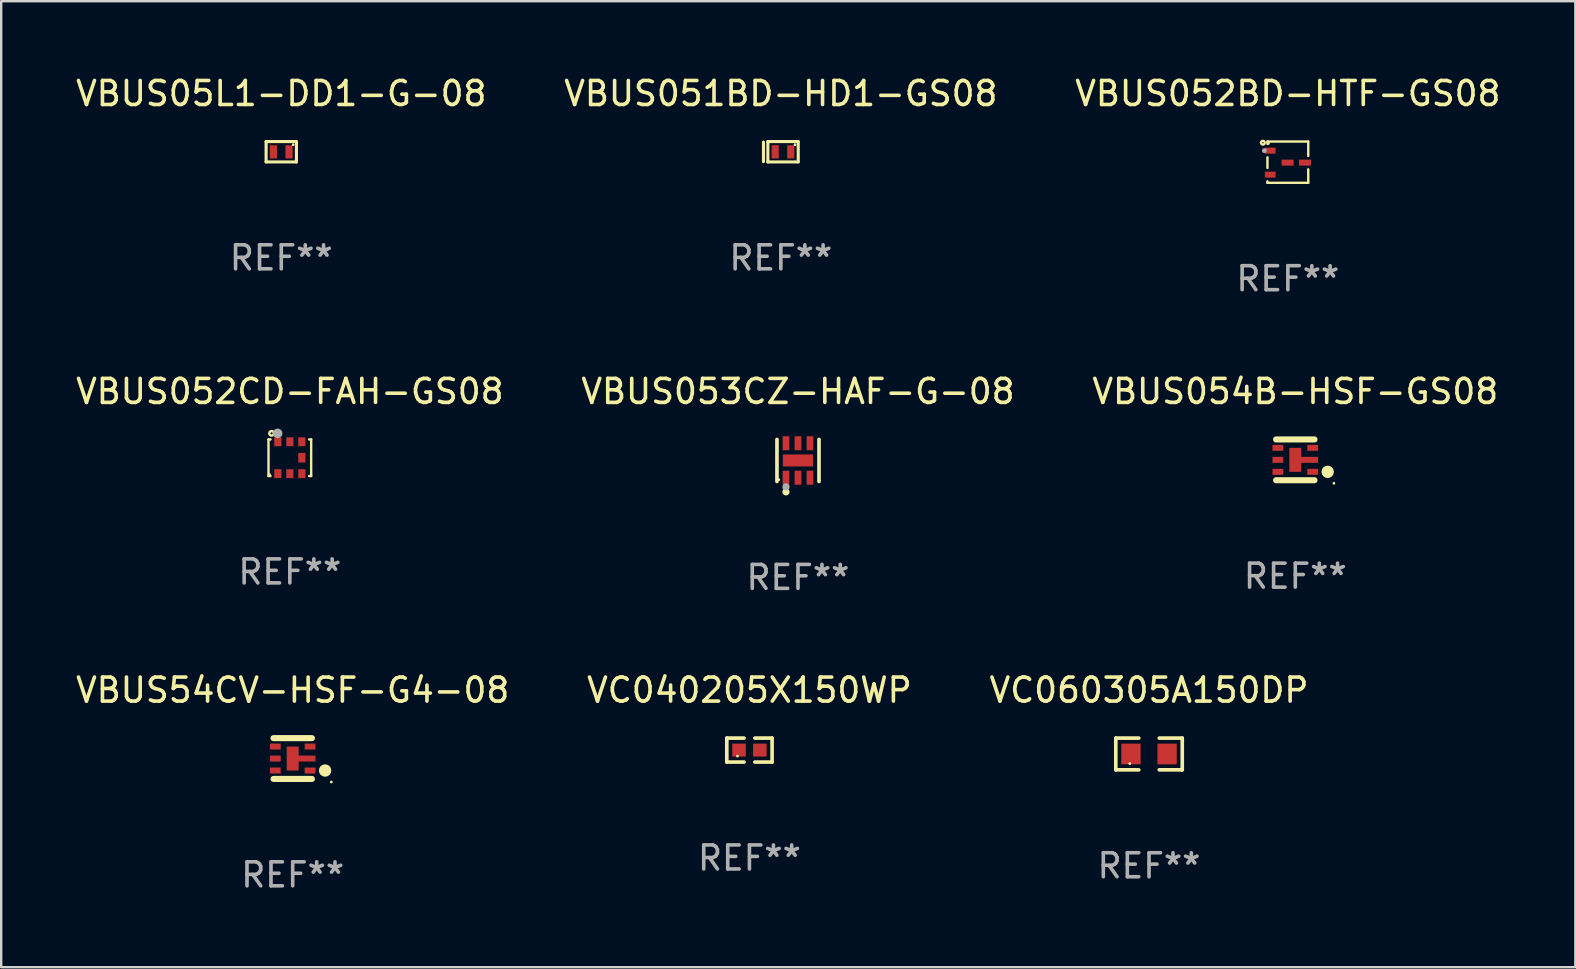
<source format=kicad_pcb>
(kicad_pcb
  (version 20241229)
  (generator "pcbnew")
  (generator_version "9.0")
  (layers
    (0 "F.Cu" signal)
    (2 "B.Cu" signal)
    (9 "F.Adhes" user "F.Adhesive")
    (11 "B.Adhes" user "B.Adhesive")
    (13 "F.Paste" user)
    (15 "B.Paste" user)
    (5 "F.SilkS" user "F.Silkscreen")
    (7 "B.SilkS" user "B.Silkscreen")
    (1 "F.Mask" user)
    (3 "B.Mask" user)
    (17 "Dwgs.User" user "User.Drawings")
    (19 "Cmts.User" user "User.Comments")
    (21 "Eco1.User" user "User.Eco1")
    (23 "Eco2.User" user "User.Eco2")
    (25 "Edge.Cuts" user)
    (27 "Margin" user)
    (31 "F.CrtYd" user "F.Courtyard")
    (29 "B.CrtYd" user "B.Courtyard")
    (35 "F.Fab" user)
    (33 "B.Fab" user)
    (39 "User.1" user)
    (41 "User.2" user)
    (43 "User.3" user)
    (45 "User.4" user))
  (footprint "VC040205X150WP"
    (layer "F.Cu")
    (at 28.185 28.212)
    (property "Reference" "VC040205X150WP" (at 0 -2.499 0) (layer "F.SilkS") (effects (font (size 1 1) (thickness 0.15))))
    (attr through_hole)
    (fp_line (start -0.944 -0.499) (end -0.226 -0.499) (stroke (width 0.152) (type solid)) (layer "F.SilkS"))
    (fp_line (start -0.944 0.499) (end -0.944 -0.499) (stroke (width 0.152) (type solid)) (layer "F.SilkS"))
    (fp_line (start -0.226 0.499) (end -0.944 0.499) (stroke (width 0.152) (type solid)) (layer "F.SilkS"))
    (fp_line (start 0.226 0.499) (end 0.944 0.499) (stroke (width 0.152) (type solid)) (layer "F.SilkS"))
    (fp_line (start 0.944 -0.499) (end 0.226 -0.499) (stroke (width 0.152) (type solid)) (layer "F.SilkS"))
    (fp_line (start 0.944 0.499) (end 0.944 -0.499) (stroke (width 0.152) (type solid)) (layer "F.SilkS"))
    (fp_circle (center -0.5 0.25) (end -0.47 0.25) (stroke (width 0.06) (type solid)) (fill no) (layer "F.SilkS"))
    (fp_text user "REF**" (at 0 4.499 0) (layer "F.Fab") (effects (font (size 1 1) (thickness 0.15))))
    (pad "1" smd rect (at -0.433 0) (size 0.566 0.54) (layers "F.Cu" "F.Mask" "F.Paste"))
    (pad "2" smd rect (at 0.433 0) (size 0.566 0.54) (layers "F.Cu" "F.Mask" "F.Paste")))
  (footprint "VBUS052CD-FAH-GS08"
    (layer "F.Cu")
    (at 9.03 16.027)
    (property "Reference" "VBUS052CD-FAH-GS08" (at 0 -2.762 0) (layer "F.SilkS") (effects (font (size 1 1) (thickness 0.15))))
    (attr through_hole)
    (fp_line (start -0.889 -0.762) (end -0.889 0.762) (stroke (width 0.1) (type solid)) (layer "F.SilkS"))
    (fp_line (start -0.889 0.762) (end -0.804 0.762) (stroke (width 0.1) (type solid)) (layer "F.SilkS"))
    (fp_line (start -0.804 -0.762) (end -0.889 -0.762) (stroke (width 0.1) (type solid)) (layer "F.SilkS"))
    (fp_line (start 0.804 0.762) (end 0.889 0.762) (stroke (width 0.1) (type solid)) (layer "F.SilkS"))
    (fp_line (start 0.889 -0.762) (end 0.804 -0.762) (stroke (width 0.1) (type solid)) (layer "F.SilkS"))
    (fp_line (start 0.889 0.762) (end 0.889 -0.762) (stroke (width 0.1) (type solid)) (layer "F.SilkS"))
    (fp_circle (center -0.85 0.7) (end -0.82 0.7) (stroke (width 0.06) (type solid)) (fill no) (layer "F.SilkS"))
    (fp_circle (center -0.762 -1.016) (end -0.717 -1.016) (stroke (width 0.1) (type solid)) (fill no) (layer "F.SilkS"))
    (fp_circle (center -0.508 -1.016) (end -0.408 -1.016) (stroke (width 0.2) (type solid)) (fill no) (layer "F.Fab"))
    (fp_text user "REF**" (at 0 4.762 0) (layer "F.Fab") (effects (font (size 1 1) (thickness 0.15))))
    (pad "1" smd rect (at -0.5 0.665) (size 0.3 0.37) (layers "F.Cu" "F.Mask" "F.Paste"))
    (pad "2" smd rect (at 0.000127 0.665) (size 0.3 0.37) (layers "F.Cu" "F.Mask" "F.Paste"))
    (pad "3" smd rect (at 0.5 0.665) (size 0.3 0.37) (layers "F.Cu" "F.Mask" "F.Paste"))
    (pad "4" smd rect (at 0.5 -0.665) (size 0.3 0.37) (layers "F.Cu" "F.Mask" "F.Paste"))
    (pad "5" smd rect (at 0.000127 -0.665) (size 0.3 0.37) (layers "F.Cu" "F.Mask" "F.Paste"))
    (pad "6" smd rect (at -0.5 -0.665) (size 0.3 0.37) (layers "F.Cu" "F.Mask" "F.Paste"))
    (pad "7" smd rect (at 0.5 0.000127) (size 0.3 0.4) (layers "F.Cu" "F.Mask" "F.Paste")))
  (footprint "VBUS054B-HSF-GS08"
    (layer "F.Cu")
    (at 50.935 16.115)
    (property "Reference" "VBUS054B-HSF-GS08" (at 0 -2.85 0) (layer "F.SilkS") (effects (font (size 1 1) (thickness 0.15))))
    (attr through_hole)
    (fp_line (start 0.8 -0.85) (end -0.8 -0.85) (stroke (width 0.254) (type solid)) (layer "F.SilkS"))
    (fp_line (start 0.8 0.85) (end -0.8 0.85) (stroke (width 0.254) (type solid)) (layer "F.SilkS"))
    (fp_circle (center 1.35 0.5) (end 1.482 0.5) (stroke (width 0.254) (type solid)) (fill no) (layer "F.SilkS"))
    (fp_circle (center 1.609 0.977) (end 1.639 0.977) (stroke (width 0.06) (type solid)) (fill no) (layer "F.SilkS"))
    (fp_text user "REF**" (at 0 4.85 0) (layer "F.Fab") (effects (font (size 1 1) (thickness 0.15))))
    (pad "1" smd rect (at 0.725 0.5 180) (size 0.45 0.25) (layers "F.Cu" "F.Mask" "F.Paste"))
    (pad "2" smd rect (at -0.000025 -0.000025 270) (size 1 0.5) (layers "F.Cu" "F.Mask" "F.Paste"))
    (pad "2" smd rect (at 0.5 -0.000025 180) (size 0.9 0.25) (layers "F.Cu" "F.Mask" "F.Paste"))
    (pad "3" smd rect (at 0.725 -0.5 180) (size 0.45 0.25) (layers "F.Cu" "F.Mask" "F.Paste"))
    (pad "4" smd rect (at -0.725 -0.5 180) (size 0.45 0.25) (layers "F.Cu" "F.Mask" "F.Paste"))
    (pad "5" smd rect (at -0.725 -0.000025 180) (size 0.45 0.25) (layers "F.Cu" "F.Mask" "F.Paste"))
    (pad "6" smd rect (at -0.725 0.5 180) (size 0.45 0.25) (layers "F.Cu" "F.Mask" "F.Paste")))
  (footprint "VBUS54CV-HSF-G4-08"
    (layer "F.Cu")
    (at 9.149 28.564)
    (property "Reference" "VBUS54CV-HSF-G4-08" (at 0 -2.85 0) (layer "F.SilkS") (effects (font (size 1 1) (thickness 0.15))))
    (attr through_hole)
    (fp_line (start 0.8 -0.85) (end -0.8 -0.85) (stroke (width 0.254) (type solid)) (layer "F.SilkS"))
    (fp_line (start 0.8 0.85) (end -0.8 0.85) (stroke (width 0.254) (type solid)) (layer "F.SilkS"))
    (fp_circle (center 1.35 0.5) (end 1.482 0.5) (stroke (width 0.254) (type solid)) (fill no) (layer "F.SilkS"))
    (fp_circle (center 1.609 0.977) (end 1.639 0.977) (stroke (width 0.06) (type solid)) (fill no) (layer "F.SilkS"))
    (fp_text user "REF**" (at 0 4.85 0) (layer "F.Fab") (effects (font (size 1 1) (thickness 0.15))))
    (pad "1" smd rect (at 0.725 0.5 180) (size 0.45 0.25) (layers "F.Cu" "F.Mask" "F.Paste"))
    (pad "2" smd rect (at -0.000025 -0.000025 270) (size 1 0.5) (layers "F.Cu" "F.Mask" "F.Paste"))
    (pad "2" smd rect (at 0.5 -0.000025 180) (size 0.9 0.25) (layers "F.Cu" "F.Mask" "F.Paste"))
    (pad "3" smd rect (at 0.725 -0.5 180) (size 0.45 0.25) (layers "F.Cu" "F.Mask" "F.Paste"))
    (pad "4" smd rect (at -0.725 -0.5 180) (size 0.45 0.25) (layers "F.Cu" "F.Mask" "F.Paste"))
    (pad "5" smd rect (at -0.725 -0.000025 180) (size 0.45 0.25) (layers "F.Cu" "F.Mask" "F.Paste"))
    (pad "6" smd rect (at -0.725 0.5 180) (size 0.45 0.25) (layers "F.Cu" "F.Mask" "F.Paste")))
  (footprint "VBUS053CZ-HAF-G-08"
    (layer "F.Cu")
    (at 30.208 16.141)
    (property "Reference" "VBUS053CZ-HAF-G-08" (at 0 -2.876 0) (layer "F.SilkS") (effects (font (size 1 1) (thickness 0.15))))
    (attr through_hole)
    (fp_line (start -0.876 0.876) (end -0.876 -0.876) (stroke (width 0.152) (type solid)) (layer "F.SilkS"))
    (fp_line (start 0.876 0.876) (end 0.876 -0.876) (stroke (width 0.152) (type solid)) (layer "F.SilkS"))
    (fp_circle (center -0.8 0.8) (end -0.77 0.8) (stroke (width 0.06) (type solid)) (fill no) (layer "F.SilkS"))
    (fp_circle (center -0.5 1.31) (end -0.425 1.31) (stroke (width 0.15) (type solid)) (fill no) (layer "F.SilkS"))
    (fp_circle (center -0.5 1.1) (end -0.425 1.1) (stroke (width 0.15) (type solid)) (fill no) (layer "F.Fab"))
    (fp_text user "REF**" (at 0 4.876 0) (layer "F.Fab") (effects (font (size 1 1) (thickness 0.15))))
    (pad "1" smd rect (at -0.5 0.718) (size 0.28 0.585) (layers "F.Cu" "F.Mask" "F.Paste"))
    (pad "2" smd rect (at 0 0.718) (size 0.28 0.585) (layers "F.Cu" "F.Mask" "F.Paste"))
    (pad "3" smd rect (at 0.5 0.718) (size 0.28 0.585) (layers "F.Cu" "F.Mask" "F.Paste"))
    (pad "4" smd rect (at 0.5 -0.718) (size 0.28 0.585) (layers "F.Cu" "F.Mask" "F.Paste"))
    (pad "5" smd rect (at 0 -0.718) (size 0.28 0.585) (layers "F.Cu" "F.Mask" "F.Paste"))
    (pad "6" smd rect (at -0.5 -0.718) (size 0.28 0.585) (layers "F.Cu" "F.Mask" "F.Paste"))
    (pad "7" smd rect (at 0 0) (size 1.26 0.5) (layers "F.Cu" "F.Mask" "F.Paste")))
  (footprint "VBUS052BD-HTF-GS08"
    (layer "F.Cu")
    (at 50.625 3.708)
    (property "Reference" "VBUS052BD-HTF-GS08" (at 0 -2.86 0) (layer "F.SilkS") (effects (font (size 1 1) (thickness 0.15))))
    (attr through_hole)
    (fp_line (start -0.85 -0.86) (end 0.85 -0.86) (stroke (width 0.1) (type solid)) (layer "F.SilkS"))
    (fp_line (start -0.85 -0.759) (end -0.85 -0.86) (stroke (width 0.1) (type solid)) (layer "F.SilkS"))
    (fp_line (start -0.85 0.241) (end -0.85 -0.201) (stroke (width 0.1) (type solid)) (layer "F.SilkS"))
    (fp_line (start -0.85 0.86) (end -0.85 0.799) (stroke (width 0.1) (type solid)) (layer "F.SilkS"))
    (fp_line (start 0.85 -0.86) (end 0.85 -0.259) (stroke (width 0.1) (type solid)) (layer "F.SilkS"))
    (fp_line (start 0.85 0.299) (end 0.85 0.86) (stroke (width 0.1) (type solid)) (layer "F.SilkS"))
    (fp_line (start 0.85 0.86) (end -0.85 0.86) (stroke (width 0.1) (type solid)) (layer "F.SilkS"))
    (fp_circle (center -1.04 -0.81) (end -0.962 -0.81) (stroke (width 0.1) (type solid)) (fill no) (layer "F.SilkS"))
    (fp_circle (center -0.81 -0.78) (end -0.78 -0.78) (stroke (width 0.06) (type solid)) (fill no) (layer "F.SilkS"))
    (fp_circle (center -0.98 -0.48) (end -0.93 -0.48) (stroke (width 0.1) (type solid)) (fill no) (layer "F.Fab"))
    (fp_text user "REF**" (at 0 4.86 0) (layer "F.Fab") (effects (font (size 1 1) (thickness 0.15))))
    (pad "1" smd rect (at -0.735 -0.48) (size 0.45 0.25) (layers "F.Cu" "F.Mask" "F.Paste"))
    (pad "2" smd rect (at -0.735 0.52) (size 0.45 0.25) (layers "F.Cu" "F.Mask" "F.Paste"))
    (pad "3" smd rect (at 0.715 0.02) (size 0.5 0.25) (layers "F.Cu" "F.Mask" "F.Paste"))
    (pad "4" smd rect (at -0.01 0.02) (size 0.5 0.25) (layers "F.Cu" "F.Mask" "F.Paste")))
  (footprint "VC060305A150DP"
    (layer "F.Cu")
    (at 44.839 28.374)
    (property "Reference" "VC060305A150DP" (at 0 -2.661 0) (layer "F.SilkS") (effects (font (size 1 1) (thickness 0.15))))
    (attr through_hole)
    (fp_line (start -1.385 -0.661) (end -0.426 -0.661) (stroke (width 0.152) (type solid)) (layer "F.SilkS"))
    (fp_line (start -1.385 0.661) (end -1.385 -0.661) (stroke (width 0.152) (type solid)) (layer "F.SilkS"))
    (fp_line (start -0.426 0.661) (end -1.385 0.661) (stroke (width 0.152) (type solid)) (layer "F.SilkS"))
    (fp_line (start 0.426 0.661) (end 1.385 0.661) (stroke (width 0.152) (type solid)) (layer "F.SilkS"))
    (fp_line (start 1.385 -0.661) (end 0.426 -0.661) (stroke (width 0.152) (type solid)) (layer "F.SilkS"))
    (fp_line (start 1.385 0.661) (end 1.385 -0.661) (stroke (width 0.152) (type solid)) (layer "F.SilkS"))
    (fp_circle (center -0.8 0.4) (end -0.77 0.4) (stroke (width 0.06) (type solid)) (fill no) (layer "F.SilkS"))
    (fp_text user "REF**" (at 0 4.661 0) (layer "F.Fab") (effects (font (size 1 1) (thickness 0.15))))
    (pad "1" smd rect (at -0.753 0) (size 0.806 0.864) (layers "F.Cu" "F.Mask" "F.Paste"))
    (pad "2" smd rect (at 0.753 0) (size 0.806 0.864) (layers "F.Cu" "F.Mask" "F.Paste")))
  (footprint "VBUS05L1-DD1-G-08"
    (layer "F.Cu")
    (at 8.673 3.274)
    (property "Reference" "VBUS05L1-DD1-G-08" (at 0 -2.425 0) (layer "F.SilkS") (effects (font (size 1 1) (thickness 0.15))))
    (attr through_hole)
    (fp_line (start -0.632 0.425) (end -0.632 -0.423) (stroke (width 0.13) (type solid)) (layer "F.SilkS"))
    (fp_line (start -0.632 0.425) (end 0.627 0.425) (stroke (width 0.13) (type solid)) (layer "F.SilkS"))
    (fp_line (start 0.627 -0.423) (end -0.632 -0.423) (stroke (width 0.13) (type solid)) (layer "F.SilkS"))
    (fp_line (start 0.632 -0.011) (end 0.632 -0.425) (stroke (width 0.13) (type solid)) (layer "F.SilkS"))
    (fp_line (start 0.632 0.425) (end 0.632 -0.011) (stroke (width 0.13) (type solid)) (layer "F.SilkS"))
    (fp_circle (center 0.498 -0.294) (end 0.528 -0.294) (stroke (width 0.06) (type solid)) (fill no) (layer "F.SilkS"))
    (fp_text user "REF**" (at 0 4.425 0) (layer "F.Fab") (effects (font (size 1 1) (thickness 0.15))))
    (pad "1" smd rect (at -0.328 0.006 180) (size 0.3 0.55) (layers "F.Cu" "F.Mask" "F.Paste"))
    (pad "2" smd rect (at 0.323 0.006) (size 0.3 0.55) (layers "F.Cu" "F.Mask" "F.Paste")))
  (footprint "VBUS051BD-HD1-GS08"
    (layer "F.Cu")
    (at 29.494 3.274)
    (property "Reference" "VBUS051BD-HD1-GS08" (at 0 -2.425 0) (layer "F.SilkS") (effects (font (size 1 1) (thickness 0.15))))
    (attr through_hole)
    (fp_line (start -0.724 -0.4) (end -0.724 0.413) (stroke (width 0.13) (type solid)) (layer "F.SilkS"))
    (fp_line (start -0.541 0.425) (end -0.541 -0.423) (stroke (width 0.13) (type solid)) (layer "F.SilkS"))
    (fp_line (start -0.541 0.425) (end 0.719 0.425) (stroke (width 0.13) (type solid)) (layer "F.SilkS"))
    (fp_line (start 0.719 -0.423) (end -0.541 -0.423) (stroke (width 0.13) (type solid)) (layer "F.SilkS"))
    (fp_line (start 0.724 0.425) (end 0.724 -0.425) (stroke (width 0.13) (type solid)) (layer "F.SilkS"))
    (fp_circle (center 0.589 -0.294) (end 0.619 -0.294) (stroke (width 0.06) (type solid)) (fill no) (layer "F.SilkS"))
    (fp_text user "REF**" (at 0 4.425 0) (layer "F.Fab") (effects (font (size 1 1) (thickness 0.15))))
    (pad "1" smd rect (at 0.414 0.006) (size 0.3 0.55) (layers "F.Cu" "F.Mask" "F.Paste"))
    (pad "2" smd rect (at -0.236 0.006 180) (size 0.3 0.55) (layers "F.Cu" "F.Mask" "F.Paste")))
  (gr_rect
    (start -3 -3)
    (end 62.607 37.262)
    (stroke (width 0.1) (type default))
    (fill no)
    (layer "Edge.Cuts")))
</source>
